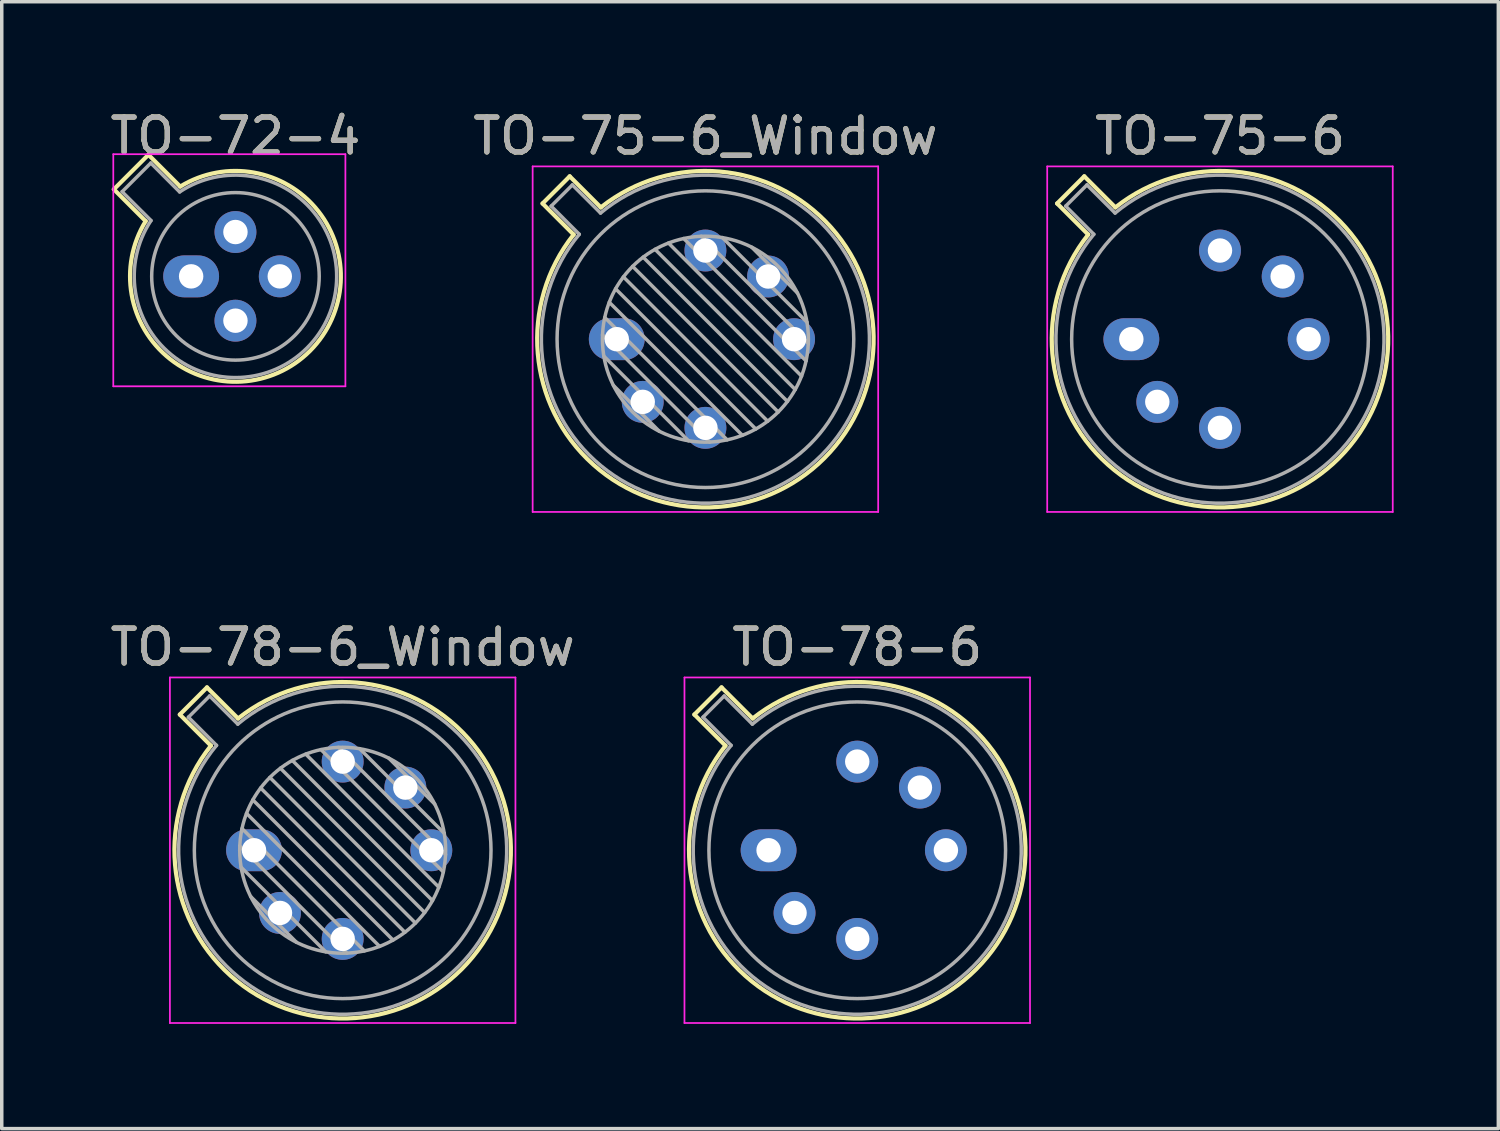
<source format=kicad_pcb>
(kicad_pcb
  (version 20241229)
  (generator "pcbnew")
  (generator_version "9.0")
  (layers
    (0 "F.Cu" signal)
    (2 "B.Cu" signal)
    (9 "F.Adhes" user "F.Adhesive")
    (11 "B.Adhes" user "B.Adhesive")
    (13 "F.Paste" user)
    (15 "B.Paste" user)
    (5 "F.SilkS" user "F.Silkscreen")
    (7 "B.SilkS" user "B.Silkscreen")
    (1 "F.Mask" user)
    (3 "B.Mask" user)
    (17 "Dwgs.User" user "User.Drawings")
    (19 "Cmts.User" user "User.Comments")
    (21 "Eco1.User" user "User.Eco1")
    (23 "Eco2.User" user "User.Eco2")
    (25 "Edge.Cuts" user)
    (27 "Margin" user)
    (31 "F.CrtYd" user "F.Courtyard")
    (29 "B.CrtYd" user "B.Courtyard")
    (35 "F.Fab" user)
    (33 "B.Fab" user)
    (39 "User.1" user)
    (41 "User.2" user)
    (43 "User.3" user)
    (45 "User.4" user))
  (footprint "TO-75-6"
    (layer "F.Cu")
    (at 29.364 6.668)
    (property "Reference" "TO-75-6" (at 2.54 -5.82 0) (layer "F.SilkS") (effects (font (size 1 1) (thickness 0.15))))
    (attr through_hole)
    (fp_line (start -2.126 -3.888) (end -1.235 -2.997) (stroke (width 0.12) (type solid)) (layer "F.SilkS"))
    (fp_line (start -1.348 -4.666) (end -2.126 -3.888) (stroke (width 0.12) (type solid)) (layer "F.SilkS"))
    (fp_line (start -0.457 -3.775) (end -1.348 -4.666) (stroke (width 0.12) (type solid)) (layer "F.SilkS"))
    (fp_arc (start -0.457084 -3.774902) (mid 5.948125 3.408384) (end -1.234674 -2.997371) (stroke (width 0.12) (type solid)) (layer "F.SilkS"))
    (fp_line (start -2.41 -4.95) (end -2.41 4.95) (stroke (width 0.05) (type solid)) (layer "F.CrtYd"))
    (fp_line (start -2.41 4.95) (end 7.49 4.95) (stroke (width 0.05) (type solid)) (layer "F.CrtYd"))
    (fp_line (start 7.49 -4.95) (end -2.41 -4.95) (stroke (width 0.05) (type solid)) (layer "F.CrtYd"))
    (fp_line (start 7.49 4.95) (end 7.49 -4.95) (stroke (width 0.05) (type solid)) (layer "F.CrtYd"))
    (fp_line (start -1.88 -3.812) (end -1.074 -3.005) (stroke (width 0.1) (type solid)) (layer "F.Fab"))
    (fp_line (start -1.272 -4.42) (end -1.88 -3.812) (stroke (width 0.1) (type solid)) (layer "F.Fab"))
    (fp_line (start -0.465 -3.614) (end -1.272 -4.42) (stroke (width 0.1) (type solid)) (layer "F.Fab"))
    (fp_arc (start -0.465408 -3.61352) (mid 5.863443 3.323361) (end -1.073594 -3.005319) (stroke (width 0.1) (type solid)) (layer "F.Fab"))
    (fp_circle (center 2.54 0) (end 6.79 0) (stroke (width 0.1) (type solid)) (fill no) (layer "F.Fab"))
    (fp_text user "${REFERENCE}" (at 2.54 -5.82 0) (layer "F.Fab") (effects (font (size 1 1) (thickness 0.15))))
    (pad "1" thru_hole oval (at 0 0) (size 1.6 1.2) (drill 0.7) (layers "*.Cu" "*.Mask"))
    (pad "2" thru_hole oval (at 0.744 1.796) (size 1.2 1.2) (drill 0.7) (layers "*.Cu" "*.Mask"))
    (pad "3" thru_hole oval (at 2.54 2.54) (size 1.2 1.2) (drill 0.7) (layers "*.Cu" "*.Mask"))
    (pad "4" thru_hole oval (at 5.08 0) (size 1.2 1.2) (drill 0.7) (layers "*.Cu" "*.Mask"))
    (pad "5" thru_hole oval (at 4.336 -1.796) (size 1.2 1.2) (drill 0.7) (layers "*.Cu" "*.Mask"))
    (pad "6" thru_hole oval (at 2.54 -2.54) (size 1.2 1.2) (drill 0.7) (layers "*.Cu" "*.Mask")))
  (footprint "TO-78-6_Window"
    (layer "F.Cu")
    (at 4.228 21.311)
    (property "Reference" "TO-78-6_Window" (at 2.54 -5.82 0) (layer "F.SilkS") (effects (font (size 1 1) (thickness 0.15))))
    (attr through_hole)
    (fp_line (start -2.126 -3.888) (end -1.235 -2.997) (stroke (width 0.12) (type solid)) (layer "F.SilkS"))
    (fp_line (start -1.348 -4.666) (end -2.126 -3.888) (stroke (width 0.12) (type solid)) (layer "F.SilkS"))
    (fp_line (start -0.457 -3.775) (end -1.348 -4.666) (stroke (width 0.12) (type solid)) (layer "F.SilkS"))
    (fp_arc (start -0.457084 -3.774902) (mid 5.948125 3.408384) (end -1.234674 -2.997371) (stroke (width 0.12) (type solid)) (layer "F.SilkS"))
    (fp_line (start -2.41 -4.95) (end -2.41 4.95) (stroke (width 0.05) (type solid)) (layer "F.CrtYd"))
    (fp_line (start -2.41 4.95) (end 7.49 4.95) (stroke (width 0.05) (type solid)) (layer "F.CrtYd"))
    (fp_line (start 7.49 -4.95) (end -2.41 -4.95) (stroke (width 0.05) (type solid)) (layer "F.CrtYd"))
    (fp_line (start 7.49 4.95) (end 7.49 -4.95) (stroke (width 0.05) (type solid)) (layer "F.CrtYd"))
    (fp_line (start -1.88 -3.812) (end -1.074 -3.005) (stroke (width 0.1) (type solid)) (layer "F.Fab"))
    (fp_line (start -1.272 -4.42) (end -1.88 -3.812) (stroke (width 0.1) (type solid)) (layer "F.Fab"))
    (fp_line (start -0.465 -3.614) (end -1.272 -4.42) (stroke (width 0.1) (type solid)) (layer "F.Fab"))
    (fp_line (start -0.408 -0.12) (end 2.66 2.948) (stroke (width 0.1) (type solid)) (layer "F.Fab"))
    (fp_line (start -0.371 0.485) (end 2.055 2.911) (stroke (width 0.1) (type solid)) (layer "F.Fab"))
    (fp_line (start -0.344 -0.622) (end 3.162 2.884) (stroke (width 0.1) (type solid)) (layer "F.Fab"))
    (fp_line (start -0.215 -1.058) (end 3.598 2.755) (stroke (width 0.1) (type solid)) (layer "F.Fab"))
    (fp_line (start -0.097 1.324) (end 1.216 2.637) (stroke (width 0.1) (type solid)) (layer "F.Fab"))
    (fp_line (start -0.034 -1.443) (end 3.983 2.574) (stroke (width 0.1) (type solid)) (layer "F.Fab"))
    (fp_line (start 0.19 -1.784) (end 4.324 2.35) (stroke (width 0.1) (type solid)) (layer "F.Fab"))
    (fp_line (start 0.454 -2.086) (end 4.626 2.086) (stroke (width 0.1) (type solid)) (layer "F.Fab"))
    (fp_line (start 0.756 -2.35) (end 4.89 1.784) (stroke (width 0.1) (type solid)) (layer "F.Fab"))
    (fp_line (start 1.097 -2.574) (end 5.114 1.443) (stroke (width 0.1) (type solid)) (layer "F.Fab"))
    (fp_line (start 1.482 -2.755) (end 5.295 1.058) (stroke (width 0.1) (type solid)) (layer "F.Fab"))
    (fp_line (start 1.918 -2.884) (end 5.424 0.622) (stroke (width 0.1) (type solid)) (layer "F.Fab"))
    (fp_line (start 2.42 -2.948) (end 5.488 0.12) (stroke (width 0.1) (type solid)) (layer "F.Fab"))
    (fp_line (start 3.025 -2.911) (end 5.451 -0.485) (stroke (width 0.1) (type solid)) (layer "F.Fab"))
    (fp_line (start 3.864 -2.637) (end 5.177 -1.324) (stroke (width 0.1) (type solid)) (layer "F.Fab"))
    (fp_arc (start -0.465408 -3.61352) (mid 5.863443 3.323361) (end -1.073594 -3.005319) (stroke (width 0.1) (type solid)) (layer "F.Fab"))
    (fp_circle (center 2.54 0) (end 5.49 0) (stroke (width 0.1) (type solid)) (fill no) (layer "F.Fab"))
    (fp_circle (center 2.54 0) (end 6.79 0) (stroke (width 0.1) (type solid)) (fill no) (layer "F.Fab"))
    (fp_text user "${REFERENCE}" (at 2.54 -5.82 0) (layer "F.Fab") (effects (font (size 1 1) (thickness 0.15))))
    (pad "1" thru_hole oval (at 0 0) (size 1.6 1.2) (drill 0.7) (layers "*.Cu" "*.Mask"))
    (pad "2" thru_hole oval (at 0.744 1.796) (size 1.2 1.2) (drill 0.7) (layers "*.Cu" "*.Mask"))
    (pad "3" thru_hole oval (at 2.54 2.54) (size 1.2 1.2) (drill 0.7) (layers "*.Cu" "*.Mask"))
    (pad "4" thru_hole oval (at 5.08 0) (size 1.2 1.2) (drill 0.7) (layers "*.Cu" "*.Mask"))
    (pad "5" thru_hole oval (at 4.336 -1.796) (size 1.2 1.2) (drill 0.7) (layers "*.Cu" "*.Mask"))
    (pad "6" thru_hole oval (at 2.54 -2.54) (size 1.2 1.2) (drill 0.7) (layers "*.Cu" "*.Mask")))
  (footprint "TO-78-6"
    (layer "F.Cu")
    (at 18.971 21.311)
    (property "Reference" "TO-78-6" (at 2.54 -5.82 0) (layer "F.SilkS") (effects (font (size 1 1) (thickness 0.15))))
    (attr through_hole)
    (fp_line (start -2.126 -3.888) (end -1.235 -2.997) (stroke (width 0.12) (type solid)) (layer "F.SilkS"))
    (fp_line (start -1.348 -4.666) (end -2.126 -3.888) (stroke (width 0.12) (type solid)) (layer "F.SilkS"))
    (fp_line (start -0.457 -3.775) (end -1.348 -4.666) (stroke (width 0.12) (type solid)) (layer "F.SilkS"))
    (fp_arc (start -0.457084 -3.774902) (mid 5.948125 3.408384) (end -1.234674 -2.997371) (stroke (width 0.12) (type solid)) (layer "F.SilkS"))
    (fp_line (start -2.41 -4.95) (end -2.41 4.95) (stroke (width 0.05) (type solid)) (layer "F.CrtYd"))
    (fp_line (start -2.41 4.95) (end 7.49 4.95) (stroke (width 0.05) (type solid)) (layer "F.CrtYd"))
    (fp_line (start 7.49 -4.95) (end -2.41 -4.95) (stroke (width 0.05) (type solid)) (layer "F.CrtYd"))
    (fp_line (start 7.49 4.95) (end 7.49 -4.95) (stroke (width 0.05) (type solid)) (layer "F.CrtYd"))
    (fp_line (start -1.88 -3.812) (end -1.074 -3.005) (stroke (width 0.1) (type solid)) (layer "F.Fab"))
    (fp_line (start -1.272 -4.42) (end -1.88 -3.812) (stroke (width 0.1) (type solid)) (layer "F.Fab"))
    (fp_line (start -0.465 -3.614) (end -1.272 -4.42) (stroke (width 0.1) (type solid)) (layer "F.Fab"))
    (fp_arc (start -0.465408 -3.61352) (mid 5.863443 3.323361) (end -1.073594 -3.005319) (stroke (width 0.1) (type solid)) (layer "F.Fab"))
    (fp_circle (center 2.54 0) (end 6.79 0) (stroke (width 0.1) (type solid)) (fill no) (layer "F.Fab"))
    (fp_text user "${REFERENCE}" (at 2.54 -5.82 0) (layer "F.Fab") (effects (font (size 1 1) (thickness 0.15))))
    (pad "1" thru_hole oval (at 0 0) (size 1.6 1.2) (drill 0.7) (layers "*.Cu" "*.Mask"))
    (pad "2" thru_hole oval (at 0.744 1.796) (size 1.2 1.2) (drill 0.7) (layers "*.Cu" "*.Mask"))
    (pad "3" thru_hole oval (at 2.54 2.54) (size 1.2 1.2) (drill 0.7) (layers "*.Cu" "*.Mask"))
    (pad "4" thru_hole oval (at 5.08 0) (size 1.2 1.2) (drill 0.7) (layers "*.Cu" "*.Mask"))
    (pad "5" thru_hole oval (at 4.336 -1.796) (size 1.2 1.2) (drill 0.7) (layers "*.Cu" "*.Mask"))
    (pad "6" thru_hole oval (at 2.54 -2.54) (size 1.2 1.2) (drill 0.7) (layers "*.Cu" "*.Mask")))
  (footprint "TO-72-4"
    (layer "F.Cu")
    (at 2.426 4.868)
    (property "Reference" "TO-72-4" (at 1.27 -4.02 0) (layer "F.SilkS") (effects (font (size 1 1) (thickness 0.15))))
    (attr through_hole)
    (fp_line (start -2.214 -2.494) (end -1.302 -1.582) (stroke (width 0.12) (type solid)) (layer "F.SilkS"))
    (fp_line (start -1.224 -3.484) (end -2.214 -2.494) (stroke (width 0.12) (type solid)) (layer "F.SilkS"))
    (fp_line (start -0.312 -2.572) (end -1.224 -3.484) (stroke (width 0.12) (type solid)) (layer "F.SilkS"))
    (fp_arc (start -0.312331 -2.572281) (mid 3.405374 2.135551) (end -1.30215 -1.582544) (stroke (width 0.12) (type solid)) (layer "F.SilkS"))
    (fp_line (start -2.23 -3.5) (end -2.23 3.15) (stroke (width 0.05) (type solid)) (layer "F.CrtYd"))
    (fp_line (start -2.23 3.15) (end 4.42 3.15) (stroke (width 0.05) (type solid)) (layer "F.CrtYd"))
    (fp_line (start 4.42 -3.5) (end -2.23 -3.5) (stroke (width 0.05) (type solid)) (layer "F.CrtYd"))
    (fp_line (start 4.42 3.15) (end 4.42 -3.5) (stroke (width 0.05) (type solid)) (layer "F.CrtYd"))
    (fp_line (start -1.977 -2.426) (end -1.149 -1.599) (stroke (width 0.1) (type solid)) (layer "F.Fab"))
    (fp_line (start -1.156 -3.247) (end -1.977 -2.426) (stroke (width 0.1) (type solid)) (layer "F.Fab"))
    (fp_line (start -0.329 -2.419) (end -1.156 -3.247) (stroke (width 0.1) (type solid)) (layer "F.Fab"))
    (fp_arc (start -0.329057 -2.419301) (mid 3.321076 2.050143) (end -1.150029 -1.597956) (stroke (width 0.1) (type solid)) (layer "F.Fab"))
    (fp_circle (center 1.27 0) (end 3.67 0) (stroke (width 0.1) (type solid)) (fill no) (layer "F.Fab"))
    (fp_text user "${REFERENCE}" (at 1.27 -4.02 0) (layer "F.Fab") (effects (font (size 1 1) (thickness 0.15))))
    (pad "1" thru_hole oval (at 0 0) (size 1.6 1.2) (drill 0.7) (layers "*.Cu" "*.Mask"))
    (pad "2" thru_hole oval (at 1.27 1.27) (size 1.2 1.2) (drill 0.7) (layers "*.Cu" "*.Mask"))
    (pad "3" thru_hole oval (at 2.54 0) (size 1.2 1.2) (drill 0.7) (layers "*.Cu" "*.Mask"))
    (pad "4" thru_hole oval (at 1.27 -1.27) (size 1.2 1.2) (drill 0.7) (layers "*.Cu" "*.Mask")))
  (footprint "TO-75-6_Window"
    (layer "F.Cu")
    (at 14.621 6.668)
    (property "Reference" "TO-75-6_Window" (at 2.54 -5.82 0) (layer "F.SilkS") (effects (font (size 1 1) (thickness 0.15))))
    (attr through_hole)
    (fp_line (start -2.126 -3.888) (end -1.235 -2.997) (stroke (width 0.12) (type solid)) (layer "F.SilkS"))
    (fp_line (start -1.348 -4.666) (end -2.126 -3.888) (stroke (width 0.12) (type solid)) (layer "F.SilkS"))
    (fp_line (start -0.457 -3.775) (end -1.348 -4.666) (stroke (width 0.12) (type solid)) (layer "F.SilkS"))
    (fp_arc (start -0.457084 -3.774902) (mid 5.948125 3.408384) (end -1.234674 -2.997371) (stroke (width 0.12) (type solid)) (layer "F.SilkS"))
    (fp_line (start -2.41 -4.95) (end -2.41 4.95) (stroke (width 0.05) (type solid)) (layer "F.CrtYd"))
    (fp_line (start -2.41 4.95) (end 7.49 4.95) (stroke (width 0.05) (type solid)) (layer "F.CrtYd"))
    (fp_line (start 7.49 -4.95) (end -2.41 -4.95) (stroke (width 0.05) (type solid)) (layer "F.CrtYd"))
    (fp_line (start 7.49 4.95) (end 7.49 -4.95) (stroke (width 0.05) (type solid)) (layer "F.CrtYd"))
    (fp_line (start -1.88 -3.812) (end -1.074 -3.005) (stroke (width 0.1) (type solid)) (layer "F.Fab"))
    (fp_line (start -1.272 -4.42) (end -1.88 -3.812) (stroke (width 0.1) (type solid)) (layer "F.Fab"))
    (fp_line (start -0.465 -3.614) (end -1.272 -4.42) (stroke (width 0.1) (type solid)) (layer "F.Fab"))
    (fp_line (start -0.408 -0.12) (end 2.66 2.948) (stroke (width 0.1) (type solid)) (layer "F.Fab"))
    (fp_line (start -0.371 0.485) (end 2.055 2.911) (stroke (width 0.1) (type solid)) (layer "F.Fab"))
    (fp_line (start -0.344 -0.622) (end 3.162 2.884) (stroke (width 0.1) (type solid)) (layer "F.Fab"))
    (fp_line (start -0.215 -1.058) (end 3.598 2.755) (stroke (width 0.1) (type solid)) (layer "F.Fab"))
    (fp_line (start -0.097 1.324) (end 1.216 2.637) (stroke (width 0.1) (type solid)) (layer "F.Fab"))
    (fp_line (start -0.034 -1.443) (end 3.983 2.574) (stroke (width 0.1) (type solid)) (layer "F.Fab"))
    (fp_line (start 0.19 -1.784) (end 4.324 2.35) (stroke (width 0.1) (type solid)) (layer "F.Fab"))
    (fp_line (start 0.454 -2.086) (end 4.626 2.086) (stroke (width 0.1) (type solid)) (layer "F.Fab"))
    (fp_line (start 0.756 -2.35) (end 4.89 1.784) (stroke (width 0.1) (type solid)) (layer "F.Fab"))
    (fp_line (start 1.097 -2.574) (end 5.114 1.443) (stroke (width 0.1) (type solid)) (layer "F.Fab"))
    (fp_line (start 1.482 -2.755) (end 5.295 1.058) (stroke (width 0.1) (type solid)) (layer "F.Fab"))
    (fp_line (start 1.918 -2.884) (end 5.424 0.622) (stroke (width 0.1) (type solid)) (layer "F.Fab"))
    (fp_line (start 2.42 -2.948) (end 5.488 0.12) (stroke (width 0.1) (type solid)) (layer "F.Fab"))
    (fp_line (start 3.025 -2.911) (end 5.451 -0.485) (stroke (width 0.1) (type solid)) (layer "F.Fab"))
    (fp_line (start 3.864 -2.637) (end 5.177 -1.324) (stroke (width 0.1) (type solid)) (layer "F.Fab"))
    (fp_arc (start -0.465408 -3.61352) (mid 5.863443 3.323361) (end -1.073594 -3.005319) (stroke (width 0.1) (type solid)) (layer "F.Fab"))
    (fp_circle (center 2.54 0) (end 5.49 0) (stroke (width 0.1) (type solid)) (fill no) (layer "F.Fab"))
    (fp_circle (center 2.54 0) (end 6.79 0) (stroke (width 0.1) (type solid)) (fill no) (layer "F.Fab"))
    (fp_text user "${REFERENCE}" (at 2.54 -5.82 0) (layer "F.Fab") (effects (font (size 1 1) (thickness 0.15))))
    (pad "1" thru_hole oval (at 0 0) (size 1.6 1.2) (drill 0.7) (layers "*.Cu" "*.Mask"))
    (pad "2" thru_hole oval (at 0.744 1.796) (size 1.2 1.2) (drill 0.7) (layers "*.Cu" "*.Mask"))
    (pad "3" thru_hole oval (at 2.54 2.54) (size 1.2 1.2) (drill 0.7) (layers "*.Cu" "*.Mask"))
    (pad "4" thru_hole oval (at 5.08 0) (size 1.2 1.2) (drill 0.7) (layers "*.Cu" "*.Mask"))
    (pad "5" thru_hole oval (at 4.336 -1.796) (size 1.2 1.2) (drill 0.7) (layers "*.Cu" "*.Mask"))
    (pad "6" thru_hole oval (at 2.54 -2.54) (size 1.2 1.2) (drill 0.7) (layers "*.Cu" "*.Mask")))
  (gr_rect
    (start -3 -3)
    (end 39.879 29.287)
    (stroke (width 0.1) (type default))
    (fill no)
    (layer "Edge.Cuts")))
</source>
